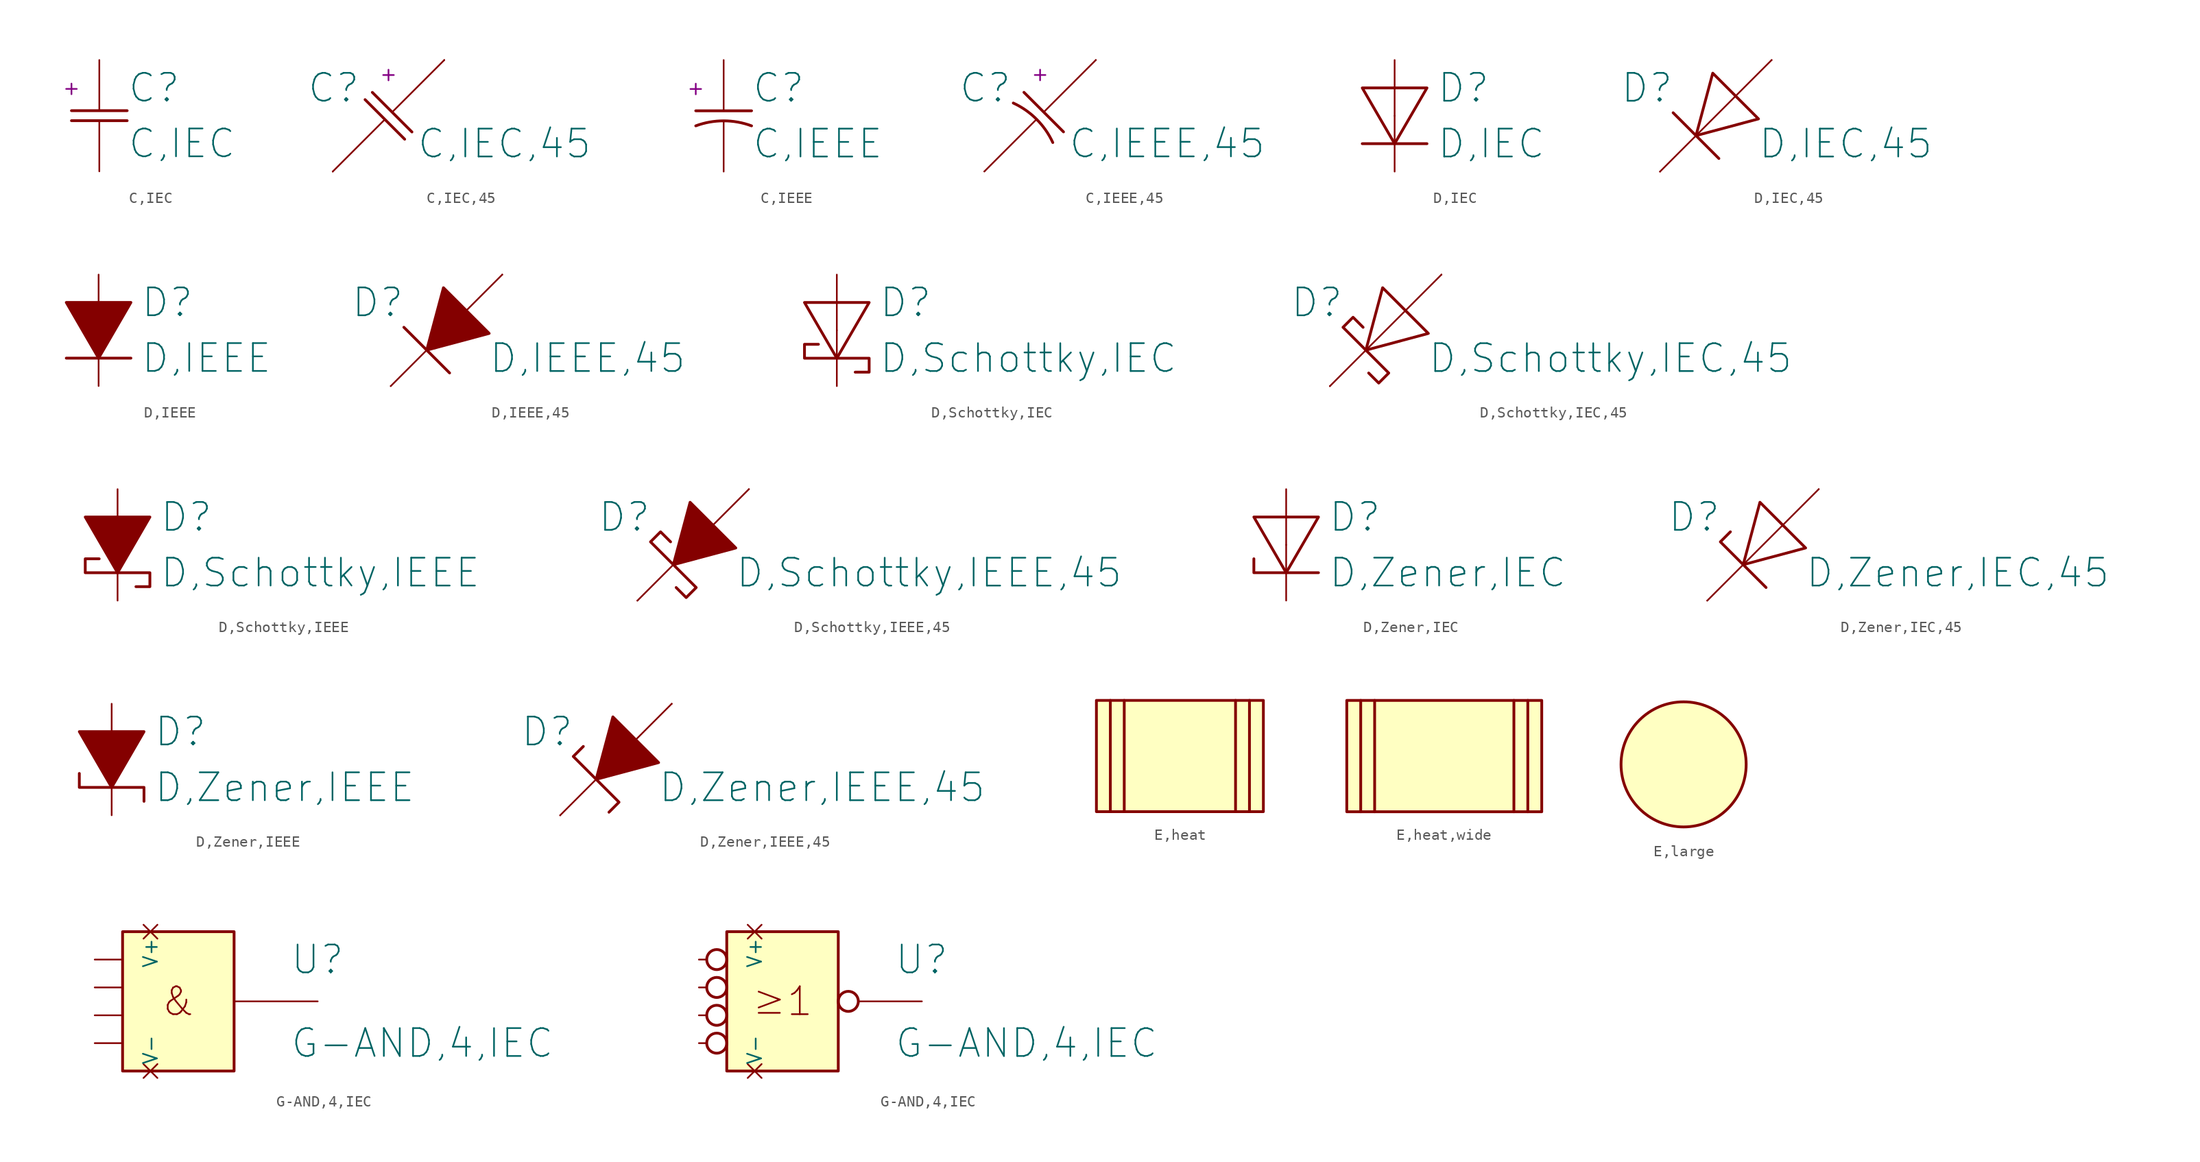
<source format=kicad_sym>
(kicad_symbol_lib
  (version 20211014)
  (generator kicad_symbol_editor)
  (symbol "C,IEC"
    (pin_numbers hide)
    (pin_names
      (offset 0) hide)
    (property "Reference" "C"
      (at 2.54 2.54 0)
      (effects (font (size 2.54 2.54)) (justify left)))
    (property "Value" "C,IEC"
      (at 2.54 -2.54 0)
      (effects (font (size 2.54 2.54)) (justify left)))
    (property "Indicator" "+"
      (at -2.54 2.54 0)
      (effects (font (size 1.27 1.27))))
    (symbol "C,IEC_1_1"
      (polyline (pts (xy -2.54 -0.457) (xy 2.54 -0.457)) (stroke (width 0.254) (type default) (color 0 0 0 0)) (fill (type none)))
      (polyline (pts (xy -2.54 0.457) (xy 2.54 0.457)) (stroke (width 0.254) (type default) (color 0 0 0 0)) (fill (type none)))
      (pin passive line (at 0 5.08 270) (length 4.623) (name "+" (effects (font (size 1.27 1.27)))) (number "1" (effects (font (size 1.829 1.829)))))
      (pin passive line (at 0 -5.08 90) (length 4.623) (name "-" (effects (font (size 1.27 1.27)))) (number "2" (effects (font (size 1.829 1.829)))))))
  (symbol "C,IEC,45"
    (pin_numbers hide)
    (pin_names
      (offset 0) hide)
    (property "Reference" "C"
      (at -2.54 2.54 0)
      (effects (font (size 2.54 2.54)) (justify right)))
    (property "Value" "C,IEC,45"
      (at 2.54 -2.54 0)
      (effects (font (size 2.54 2.54)) (justify left)))
    (property "Indicator" "+"
      (at 0 3.81 0)
      (effects (font (size 1.27 1.27))))
    (symbol "C,IEC,45_1_1"
      (polyline (pts (xy -5.08 -5.08) (xy -0.33 -0.33)) (stroke (width 0) (type default) (color 0 0 0 0)) (fill (type none)))
      (polyline (pts (xy -2.134 1.473) (xy 1.473 -2.134)) (stroke (width 0.254) (type default) (color 0 0 0 0)) (fill (type none)))
      (polyline (pts (xy -1.473 2.134) (xy 2.134 -1.473)) (stroke (width 0.254) (type default) (color 0 0 0 0)) (fill (type none)))
      (polyline (pts (xy 5.08 5.08) (xy 0.33 0.33)) (stroke (width 0) (type default) (color 0 0 0 0)) (fill (type none)))
      (pin passive line (at 5.08 5.08 270) (length 0) (name "+" (effects (font (size 1.27 1.27)))) (number "1" (effects (font (size 1.829 1.829)))))
      (pin passive line (at -5.08 -5.08 90) (length 0) (name "-" (effects (font (size 1.27 1.27)))) (number "2" (effects (font (size 1.829 1.829)))))))
  (symbol "C,IEEE"
    (pin_numbers hide)
    (pin_names
      (offset 0) hide)
    (property "Reference" "C"
      (at 2.54 2.54 0)
      (effects (font (size 2.54 2.54)) (justify left)))
    (property "Value" "C,IEEE"
      (at 2.54 -2.54 0)
      (effects (font (size 2.54 2.54)) (justify left)))
    (property "Indicator" "+"
      (at -2.54 2.54 0)
      (effects (font (size 1.27 1.27))))
    (symbol "C,IEEE_1_1"
      (polyline (pts (xy -2.54 0.457) (xy 2.54 0.457)) (stroke (width 0.254) (type default) (color 0 0 0 0)) (fill (type none)))
      (arc (start 2.54 -0.9144) (mid 0 -0.4576) (end -2.54 -0.9144) (stroke (width 0.254) (type default) (color 0 0 0 0)) (fill (type none)))
      (pin passive line (at 0 5.08 270) (length 4.623) (name "+" (effects (font (size 1.27 1.27)))) (number "1" (effects (font (size 1.829 1.829)))))
      (pin passive line (at 0 -5.08 90) (length 4.623) (name "-" (effects (font (size 1.27 1.27)))) (number "2" (effects (font (size 1.829 1.829)))))))
  (symbol "C,IEEE,45"
    (pin_numbers hide)
    (pin_names
      (offset 0) hide)
    (property "Reference" "C"
      (at -2.54 2.54 0)
      (effects (font (size 2.54 2.54)) (justify right)))
    (property "Value" "C,IEEE,45"
      (at 2.54 -2.54 0)
      (effects (font (size 2.54 2.54)) (justify left)))
    (property "Indicator" "+"
      (at 0 3.81 0)
      (effects (font (size 1.27 1.27))))
    (symbol "C,IEEE,45_1_1"
      (polyline (pts (xy -5.08 -5.08) (xy -0.33 -0.33)) (stroke (width 0) (type default) (color 0 0 0 0)) (fill (type none)))
      (polyline (pts (xy -1.473 2.134) (xy 2.134 -1.473)) (stroke (width 0.254) (type default) (color 0 0 0 0)) (fill (type none)))
      (polyline (pts (xy 5.08 5.08) (xy 0.33 0.33)) (stroke (width 0) (type default) (color 0 0 0 0)) (fill (type none)))
      (arc (start 1.1572 -2.4444) (mid -0.3212 -0.3212) (end -2.4444 1.1572) (stroke (width 0.254) (type default) (color 0 0 0 0)) (fill (type none)))
      (pin passive line (at 5.08 5.08 270) (length 0) (name "+" (effects (font (size 1.27 1.27)))) (number "1" (effects (font (size 1.829 1.829)))))
      (pin passive line (at -5.08 -5.08 90) (length 0) (name "-" (effects (font (size 1.27 1.27)))) (number "2" (effects (font (size 1.829 1.829)))))))
  (symbol "D,IEC"
    (pin_numbers hide)
    (pin_names
      (offset 0) hide)
    (property "Reference" "D"
      (at 3.81 2.54 0)
      (effects (font (size 2.54 2.54)) (justify left)))
    (property "Value" "D,IEC"
      (at 3.81 -2.54 0)
      (effects (font (size 2.54 2.54)) (justify left)))
    (symbol "D,IEC_1_1"
      (polyline (pts (xy -2.946 -2.54) (xy 2.946 -2.54)) (stroke (width 0.254) (type default) (color 0 0 0 0)) (fill (type none)))
      (polyline (pts (xy 0 -2.54) (xy 2.946 2.54) (xy -2.946 2.54) (xy 0 -2.54)) (stroke (width 0.254) (type default) (color 0 0 0 0)) (fill (type none)))
      (pin passive line (at 0 -5.08 90) (length 5.08) (name "K-" (effects (font (size 1.27 1.27)))) (number "1" (effects (font (size 1.829 1.829)))))
      (pin passive line (at 0 5.08 270) (length 5.08) (name "A+" (effects (font (size 1.27 1.27)))) (number "2" (effects (font (size 1.829 1.829)))))))
  (symbol "D,IEC,45"
    (pin_numbers hide)
    (pin_names
      (offset 0) hide)
    (property "Reference" "D"
      (at -3.81 2.54 0)
      (effects (font (size 2.54 2.54)) (justify right)))
    (property "Value" "D,IEC,45"
      (at 3.81 -2.54 0)
      (effects (font (size 2.54 2.54)) (justify left)))
    (symbol "D,IEC,45_1_1"
      (polyline (pts (xy -3.886 0.279) (xy 0.279 -3.886)) (stroke (width 0.254) (type default) (color 0 0 0 0)) (fill (type none)))
      (polyline (pts (xy 5.08 5.08) (xy -5.08 -5.08)) (stroke (width 0) (type default) (color 0 0 0 0)) (fill (type none)))
      (polyline (pts (xy -1.803 -1.803) (xy 3.886 -0.279) (xy -0.279 3.886) (xy -1.803 -1.803)) (stroke (width 0.254) (type default) (color 0 0 0 0)) (fill (type none)))
      (pin passive line (at -5.08 -5.08 90) (length 0) (name "K-" (effects (font (size 1.27 1.27)))) (number "1" (effects (font (size 1.829 1.829)))))
      (pin passive line (at 5.08 5.08 270) (length 0) (name "A+" (effects (font (size 1.27 1.27)))) (number "2" (effects (font (size 1.829 1.829)))))))
  (symbol "D,IEEE"
    (pin_numbers hide)
    (pin_names
      (offset 0) hide)
    (property "Reference" "D"
      (at 3.81 2.54 0)
      (effects (font (size 2.54 2.54)) (justify left)))
    (property "Value" "D,IEEE"
      (at 3.81 -2.54 0)
      (effects (font (size 2.54 2.54)) (justify left)))
    (symbol "D,IEEE_1_1"
      (polyline (pts (xy -2.946 -2.54) (xy 2.946 -2.54)) (stroke (width 0.254) (type default) (color 0 0 0 0)) (fill (type none)))
      (polyline (pts (xy 0 -2.54) (xy 2.946 2.54) (xy -2.946 2.54) (xy 0 -2.54)) (stroke (width 0.254) (type default) (color 0 0 0 0)) (fill (type outline)))
      (pin passive line (at 0 -5.08 90) (length 2.54) (name "K-" (effects (font (size 1.27 1.27)))) (number "1" (effects (font (size 1.829 1.829)))))
      (pin passive line (at 0 5.08 270) (length 2.54) (name "A+" (effects (font (size 1.27 1.27)))) (number "2" (effects (font (size 1.829 1.829)))))))
  (symbol "D,IEEE,45"
    (pin_numbers hide)
    (pin_names
      (offset 0) hide)
    (property "Reference" "D"
      (at -3.81 2.54 0)
      (effects (font (size 2.54 2.54)) (justify right)))
    (property "Value" "D,IEEE,45"
      (at 3.81 -2.54 0)
      (effects (font (size 2.54 2.54)) (justify left)))
    (symbol "D,IEEE,45_1_1"
      (polyline (pts (xy -5.08 -5.08) (xy -1.803 -1.803)) (stroke (width 0) (type default) (color 0 0 0 0)) (fill (type none)))
      (polyline (pts (xy -3.886 0.279) (xy 0.279 -3.886)) (stroke (width 0.254) (type default) (color 0 0 0 0)) (fill (type none)))
      (polyline (pts (xy 5.08 5.08) (xy 1.803 1.803)) (stroke (width 0) (type default) (color 0 0 0 0)) (fill (type none)))
      (polyline (pts (xy -1.803 -1.803) (xy 3.886 -0.279) (xy -0.279 3.886) (xy -1.803 -1.803)) (stroke (width 0.254) (type default) (color 0 0 0 0)) (fill (type outline)))
      (pin passive line (at -5.08 -5.08 90) (length 0) (name "K-" (effects (font (size 1.27 1.27)))) (number "1" (effects (font (size 1.829 1.829)))))
      (pin passive line (at 5.08 5.08 270) (length 0) (name "A+" (effects (font (size 1.27 1.27)))) (number "2" (effects (font (size 1.829 1.829)))))))
  (symbol "D,Schottky,IEC"
    (pin_numbers hide)
    (pin_names
      (offset 0) hide)
    (property "Reference" "D"
      (at 3.81 2.54 0)
      (effects (font (size 2.54 2.54)) (justify left)))
    (property "Value" "D,Schottky,IEC"
      (at 3.81 -2.54 0)
      (effects (font (size 2.54 2.54)) (justify left)))
    (symbol "D,Schottky,IEC_1_1"
      (polyline (pts (xy 0 -2.54) (xy 2.946 2.54) (xy -2.946 2.54) (xy 0 -2.54)) (stroke (width 0.254) (type default) (color 0 0 0 0)) (fill (type none)))
      (polyline (pts (xy -1.676 -1.27) (xy -2.946 -1.27) (xy -2.946 -2.54) (xy 2.946 -2.54) (xy 2.946 -3.81) (xy 1.676 -3.81)) (stroke (width 0.254) (type default) (color 0 0 0 0)) (fill (type none)))
      (pin passive line (at 0 -5.08 90) (length 5.08) (name "K-" (effects (font (size 1.27 1.27)))) (number "1" (effects (font (size 1.829 1.829)))))
      (pin passive line (at 0 5.08 270) (length 5.08) (name "A+" (effects (font (size 1.27 1.27)))) (number "2" (effects (font (size 1.829 1.829)))))))
  (symbol "D,Schottky,IEC,45"
    (pin_numbers hide)
    (pin_names
      (offset 0) hide)
    (property "Reference" "D"
      (at -3.81 2.54 0)
      (effects (font (size 2.54 2.54)) (justify right)))
    (property "Value" "D,Schottky,IEC,45"
      (at 3.81 -2.54 0)
      (effects (font (size 2.54 2.54)) (justify left)))
    (symbol "D,Schottky,IEC,45_1_1"
      (polyline (pts (xy 5.08 5.08) (xy -5.08 -5.08)) (stroke (width 0) (type default) (color 0 0 0 0)) (fill (type none)))
      (polyline (pts (xy -1.803 -1.803) (xy 3.886 -0.279) (xy -0.279 3.886) (xy -1.803 -1.803)) (stroke (width 0.254) (type default) (color 0 0 0 0)) (fill (type none)))
      (polyline (pts (xy -2.057 0.279) (xy -2.972 1.194) (xy -3.886 0.279) (xy 0.279 -3.886) (xy -0.635 -4.801) (xy -1.549 -3.886)) (stroke (width 0.254) (type default) (color 0 0 0 0)) (fill (type none)))
      (pin passive line (at -5.08 -5.08 90) (length 0) (name "K-" (effects (font (size 1.27 1.27)))) (number "1" (effects (font (size 1.829 1.829)))))
      (pin passive line (at 5.08 5.08 270) (length 0) (name "A+" (effects (font (size 1.27 1.27)))) (number "2" (effects (font (size 1.829 1.829)))))))
  (symbol "D,Schottky,IEEE"
    (pin_numbers hide)
    (pin_names
      (offset 0) hide)
    (property "Reference" "D"
      (at 3.81 2.54 0)
      (effects (font (size 2.54 2.54)) (justify left)))
    (property "Value" "D,Schottky,IEEE"
      (at 3.81 -2.54 0)
      (effects (font (size 2.54 2.54)) (justify left)))
    (symbol "D,Schottky,IEEE_1_1"
      (polyline (pts (xy 0 -2.54) (xy 2.946 2.54) (xy -2.946 2.54) (xy 0 -2.54)) (stroke (width 0.254) (type default) (color 0 0 0 0)) (fill (type outline)))
      (polyline (pts (xy -1.676 -1.27) (xy -2.946 -1.27) (xy -2.946 -2.54) (xy 2.946 -2.54) (xy 2.946 -3.81) (xy 1.676 -3.81)) (stroke (width 0.254) (type default) (color 0 0 0 0)) (fill (type none)))
      (pin passive line (at 0 -5.08 90) (length 2.54) (name "K-" (effects (font (size 1.27 1.27)))) (number "1" (effects (font (size 1.829 1.829)))))
      (pin passive line (at 0 5.08 270) (length 2.54) (name "A+" (effects (font (size 1.27 1.27)))) (number "2" (effects (font (size 1.829 1.829)))))))
  (symbol "D,Schottky,IEEE,45"
    (pin_numbers hide)
    (pin_names
      (offset 0) hide)
    (property "Reference" "D"
      (at -3.81 2.54 0)
      (effects (font (size 2.54 2.54)) (justify right)))
    (property "Value" "D,Schottky,IEEE,45"
      (at 3.81 -2.54 0)
      (effects (font (size 2.54 2.54)) (justify left)))
    (symbol "D,Schottky,IEEE,45_1_1"
      (polyline (pts (xy -5.08 -5.08) (xy -1.803 -1.803)) (stroke (width 0) (type default) (color 0 0 0 0)) (fill (type none)))
      (polyline (pts (xy 5.08 5.08) (xy 1.803 1.803)) (stroke (width 0) (type default) (color 0 0 0 0)) (fill (type none)))
      (polyline (pts (xy -1.803 -1.803) (xy 3.886 -0.279) (xy -0.279 3.886) (xy -1.803 -1.803)) (stroke (width 0.254) (type default) (color 0 0 0 0)) (fill (type outline)))
      (polyline (pts (xy -2.057 0.279) (xy -2.972 1.194) (xy -3.886 0.279) (xy 0.279 -3.886) (xy -0.635 -4.801) (xy -1.549 -3.886)) (stroke (width 0.254) (type default) (color 0 0 0 0)) (fill (type none)))
      (pin passive line (at -5.08 -5.08 90) (length 0) (name "K-" (effects (font (size 1.27 1.27)))) (number "1" (effects (font (size 1.829 1.829)))))
      (pin passive line (at 5.08 5.08 270) (length 0) (name "A+" (effects (font (size 1.27 1.27)))) (number "2" (effects (font (size 1.829 1.829)))))))
  (symbol "D,Zener,IEC"
    (pin_numbers hide)
    (pin_names
      (offset 0) hide)
    (property "Reference" "D"
      (at 3.81 2.54 0)
      (effects (font (size 2.54 2.54)) (justify left)))
    (property "Value" "D,Zener,IEC"
      (at 3.81 -2.54 0)
      (effects (font (size 2.54 2.54)) (justify left)))
    (symbol "D,Zener,IEC_1_1"
      (polyline (pts (xy -2.946 -1.27) (xy -2.946 -2.54) (xy 2.946 -2.54)) (stroke (width 0.254) (type default) (color 0 0 0 0)) (fill (type none)))
      (polyline (pts (xy 0 -2.54) (xy 2.946 2.54) (xy -2.946 2.54) (xy 0 -2.54)) (stroke (width 0.254) (type default) (color 0 0 0 0)) (fill (type none)))
      (pin passive line (at 0 -5.08 90) (length 5.08) (name "K-" (effects (font (size 1.27 1.27)))) (number "1" (effects (font (size 1.829 1.829)))))
      (pin passive line (at 0 5.08 270) (length 5.08) (name "A+" (effects (font (size 1.27 1.27)))) (number "2" (effects (font (size 1.829 1.829)))))))
  (symbol "D,Zener,IEC,45"
    (pin_numbers hide)
    (pin_names
      (offset 0) hide)
    (property "Reference" "D"
      (at -3.81 2.54 0)
      (effects (font (size 2.54 2.54)) (justify right)))
    (property "Value" "D,Zener,IEC,45"
      (at 3.81 -2.54 0)
      (effects (font (size 2.54 2.54)) (justify left)))
    (symbol "D,Zener,IEC,45_1_1"
      (polyline (pts (xy 5.08 5.08) (xy -5.08 -5.08)) (stroke (width 0) (type default) (color 0 0 0 0)) (fill (type none)))
      (polyline (pts (xy -2.972 1.194) (xy -3.886 0.279) (xy 0.279 -3.886)) (stroke (width 0.254) (type default) (color 0 0 0 0)) (fill (type none)))
      (polyline (pts (xy -1.803 -1.803) (xy 3.886 -0.279) (xy -0.279 3.886) (xy -1.803 -1.803)) (stroke (width 0.254) (type default) (color 0 0 0 0)) (fill (type none)))
      (pin passive line (at -5.08 -5.08 90) (length 0) (name "K-" (effects (font (size 1.27 1.27)))) (number "1" (effects (font (size 1.829 1.829)))))
      (pin passive line (at 5.08 5.08 270) (length 0) (name "A+" (effects (font (size 1.27 1.27)))) (number "2" (effects (font (size 1.829 1.829)))))))
  (symbol "D,Zener,IEEE"
    (pin_numbers hide)
    (pin_names
      (offset 0) hide)
    (property "Reference" "D"
      (at 3.81 2.54 0)
      (effects (font (size 2.54 2.54)) (justify left)))
    (property "Value" "D,Zener,IEEE"
      (at 3.81 -2.54 0)
      (effects (font (size 2.54 2.54)) (justify left)))
    (symbol "D,Zener,IEEE_1_1"
      (polyline (pts (xy -2.946 -1.27) (xy -2.946 -2.54) (xy 2.946 -2.54) (xy 2.946 -3.81)) (stroke (width 0.254) (type default) (color 0 0 0 0)) (fill (type none)))
      (polyline (pts (xy 0 -2.54) (xy 2.946 2.54) (xy -2.946 2.54) (xy 0 -2.54)) (stroke (width 0.254) (type default) (color 0 0 0 0)) (fill (type outline)))
      (pin passive line (at 0 -5.08 90) (length 2.54) (name "K-" (effects (font (size 1.27 1.27)))) (number "1" (effects (font (size 1.829 1.829)))))
      (pin passive line (at 0 5.08 270) (length 2.54) (name "A+" (effects (font (size 1.27 1.27)))) (number "2" (effects (font (size 1.829 1.829)))))))
  (symbol "D,Zener,IEEE,45"
    (pin_numbers hide)
    (pin_names
      (offset 0) hide)
    (property "Reference" "D"
      (at -3.81 2.54 0)
      (effects (font (size 2.54 2.54)) (justify right)))
    (property "Value" "D,Zener,IEEE,45"
      (at 3.81 -2.54 0)
      (effects (font (size 2.54 2.54)) (justify left)))
    (symbol "D,Zener,IEEE,45_1_1"
      (polyline (pts (xy -5.08 -5.08) (xy -1.803 -1.803)) (stroke (width 0) (type default) (color 0 0 0 0)) (fill (type none)))
      (polyline (pts (xy 5.08 5.08) (xy 1.803 1.803)) (stroke (width 0) (type default) (color 0 0 0 0)) (fill (type none)))
      (polyline (pts (xy -2.972 1.194) (xy -3.886 0.279) (xy 0.279 -3.886) (xy -0.635 -4.801)) (stroke (width 0.254) (type default) (color 0 0 0 0)) (fill (type none)))
      (polyline (pts (xy -1.803 -1.803) (xy 3.886 -0.279) (xy -0.279 3.886) (xy -1.803 -1.803)) (stroke (width 0.254) (type default) (color 0 0 0 0)) (fill (type outline)))
      (pin passive line (at -5.08 -5.08 90) (length 0) (name "K-" (effects (font (size 1.27 1.27)))) (number "1" (effects (font (size 1.829 1.829)))))
      (pin passive line (at 5.08 5.08 270) (length 0) (name "A+" (effects (font (size 1.27 1.27)))) (number "2" (effects (font (size 1.829 1.829)))))))
  (symbol "E,heat"
    (pin_numbers hide)
    (pin_names
      (offset 0) hide)
    (property "Reference" "#SYM"
      (at 0 0 0)
      (effects (font (size 0 0)) hide))
    (symbol "E,heat_1_1"
      (rectangle (start -7.62 5.08) (end 7.62 -5.08) (stroke (width 0.254) (type default) (color 0 0 0 0)) (fill (type background)))
      (polyline (pts (xy -6.35 5.08) (xy -6.35 -5.08)) (stroke (width 0.254) (type default) (color 0 0 0 0)) (fill (type none)))
      (polyline (pts (xy -5.08 5.08) (xy -5.08 -5.08)) (stroke (width 0.254) (type default) (color 0 0 0 0)) (fill (type none)))
      (polyline (pts (xy 5.08 5.08) (xy 5.08 -5.08)) (stroke (width 0.254) (type default) (color 0 0 0 0)) (fill (type none)))
      (polyline (pts (xy 6.35 5.08) (xy 6.35 -5.08)) (stroke (width 0.254) (type default) (color 0 0 0 0)) (fill (type none)))))
  (symbol "E,heat,wide"
    (pin_numbers hide)
    (pin_names
      (offset 0) hide)
    (property "Reference" "#SYM"
      (at 0 0 0)
      (effects (font (size 0 0)) hide))
    (symbol "E,heat,wide_1_1"
      (rectangle (start -8.89 5.08) (end 8.89 -5.08) (stroke (width 0.254) (type default) (color 0 0 0 0)) (fill (type background)))
      (polyline (pts (xy -7.62 5.08) (xy -7.62 -5.08)) (stroke (width 0.254) (type default) (color 0 0 0 0)) (fill (type none)))
      (polyline (pts (xy -6.35 5.08) (xy -6.35 -5.08)) (stroke (width 0.254) (type default) (color 0 0 0 0)) (fill (type none)))
      (polyline (pts (xy 6.35 5.08) (xy 6.35 -5.08)) (stroke (width 0.254) (type default) (color 0 0 0 0)) (fill (type none)))
      (polyline (pts (xy 7.62 5.08) (xy 7.62 -5.08)) (stroke (width 0.254) (type default) (color 0 0 0 0)) (fill (type none)))))
  (symbol "E,large"
    (pin_numbers hide)
    (pin_names
      (offset 0) hide)
    (property "Reference" "#SYM"
      (at 0 0 0)
      (effects (font (size 0 0)) hide))
    (symbol "E,large_1_1"
      (circle (center 0 0) (radius 5.69) (stroke (width 0.254) (type default) (color 0 0 0 0)) (fill (type background)))))
  (symbol "G-AND,4,IEC"
    (pin_numbers hide)
    (property "Reference" "U"
      (at 10.16 3.81 0)
      (effects (font (size 2.54 2.54)) (justify left)))
    (property "Value" "G-AND,4,IEC"
      (at 10.16 -3.81 0)
      (effects (font (size 2.54 2.54)) (justify left)))
    (symbol "G-AND,4,IEC_1_1"
      (rectangle (start -5.08 6.35) (end 5.08 -6.35) (stroke (width 0.254) (type default) (color 0 0 0 0)) (fill (type background)))
      (text "&" (at 0 0 0) (effects (font (size 2.54 2.54))))
      (pin input line (at -7.62 3.81 0) (length 2.54) (name "A" (effects (font (size 0 0)))) (number "1" (effects (font (size 1.829 1.829)))))
      (pin input line (at -7.62 1.27 0) (length 2.54) (name "B" (effects (font (size 0 0)))) (number "2" (effects (font (size 1.829 1.829)))))
      (pin input line (at -7.62 -1.27 0) (length 2.54) (name "C" (effects (font (size 0 0)))) (number "3" (effects (font (size 1.829 1.829)))))
      (pin input line (at -7.62 -3.81 0) (length 2.54) (name "D" (effects (font (size 0 0)))) (number "4" (effects (font (size 1.829 1.829)))))
      (pin output line (at 12.7 0 180) (length 7.62) (name "Y" (effects (font (size 0 0)))) (number "5" (effects (font (size 1.829 1.829)))))
      (pin power_in non_logic (at -2.54 6.35 270) (length 0) (name "V+" (effects (font (size 1.27 1.27)))) (number "6" (effects (font (size 0.914 0.914)))))
      (pin power_in non_logic (at -2.54 -6.35 90) (length 0) (name "V-" (effects (font (size 1.27 1.27)))) (number "7" (effects (font (size 0.914 0.914))))))
    (symbol "G-AND,4,IEC_1_2"
      (circle (center -5.994 -3.81) (radius 0.914) (stroke (width 0.254) (type default) (color 0 0 0 0)) (fill (type none)))
      (circle (center -5.994 -1.27) (radius 0.914) (stroke (width 0.254) (type default) (color 0 0 0 0)) (fill (type none)))
      (circle (center -5.994 1.27) (radius 0.914) (stroke (width 0.254) (type default) (color 0 0 0 0)) (fill (type none)))
      (circle (center -5.994 3.81) (radius 0.914) (stroke (width 0.254) (type default) (color 0 0 0 0)) (fill (type none)))
      (rectangle (start -5.08 6.35) (end 5.08 -6.35) (stroke (width 0.254) (type default) (color 0 0 0 0)) (fill (type background)))
      (circle (center 5.994 0) (radius 0.914) (stroke (width 0.254) (type default) (color 0 0 0 0)) (fill (type none)))
      (text "≥ 1" (at 0 0 0) (effects (font (size 2.54 2.54))))
      (pin input line (at -7.62 3.81 0) (length 0.711) (name "A" (effects (font (size 0 0)))) (number "1" (effects (font (size 1.829 1.829)))))
      (pin input line (at -7.62 1.27 0) (length 0.711) (name "B" (effects (font (size 0 0)))) (number "2" (effects (font (size 1.829 1.829)))))
      (pin input line (at -7.62 -1.27 0) (length 0.711) (name "C" (effects (font (size 0 0)))) (number "3" (effects (font (size 1.829 1.829)))))
      (pin input line (at -7.62 -3.81 0) (length 0.711) (name "D" (effects (font (size 0 0)))) (number "4" (effects (font (size 1.829 1.829)))))
      (pin output line (at 12.7 0 180) (length 5.791) (name "Y" (effects (font (size 0 0)))) (number "5" (effects (font (size 1.829 1.829)))))
      (pin power_in non_logic (at -2.54 6.35 270) (length 0) (name "V+" (effects (font (size 1.27 1.27)))) (number "6" (effects (font (size 0.914 0.914)))))
      (pin power_in non_logic (at -2.54 -6.35 90) (length 0) (name "V-" (effects (font (size 1.27 1.27)))) (number "7" (effects (font (size 0.914 0.914))))))))
</source>
